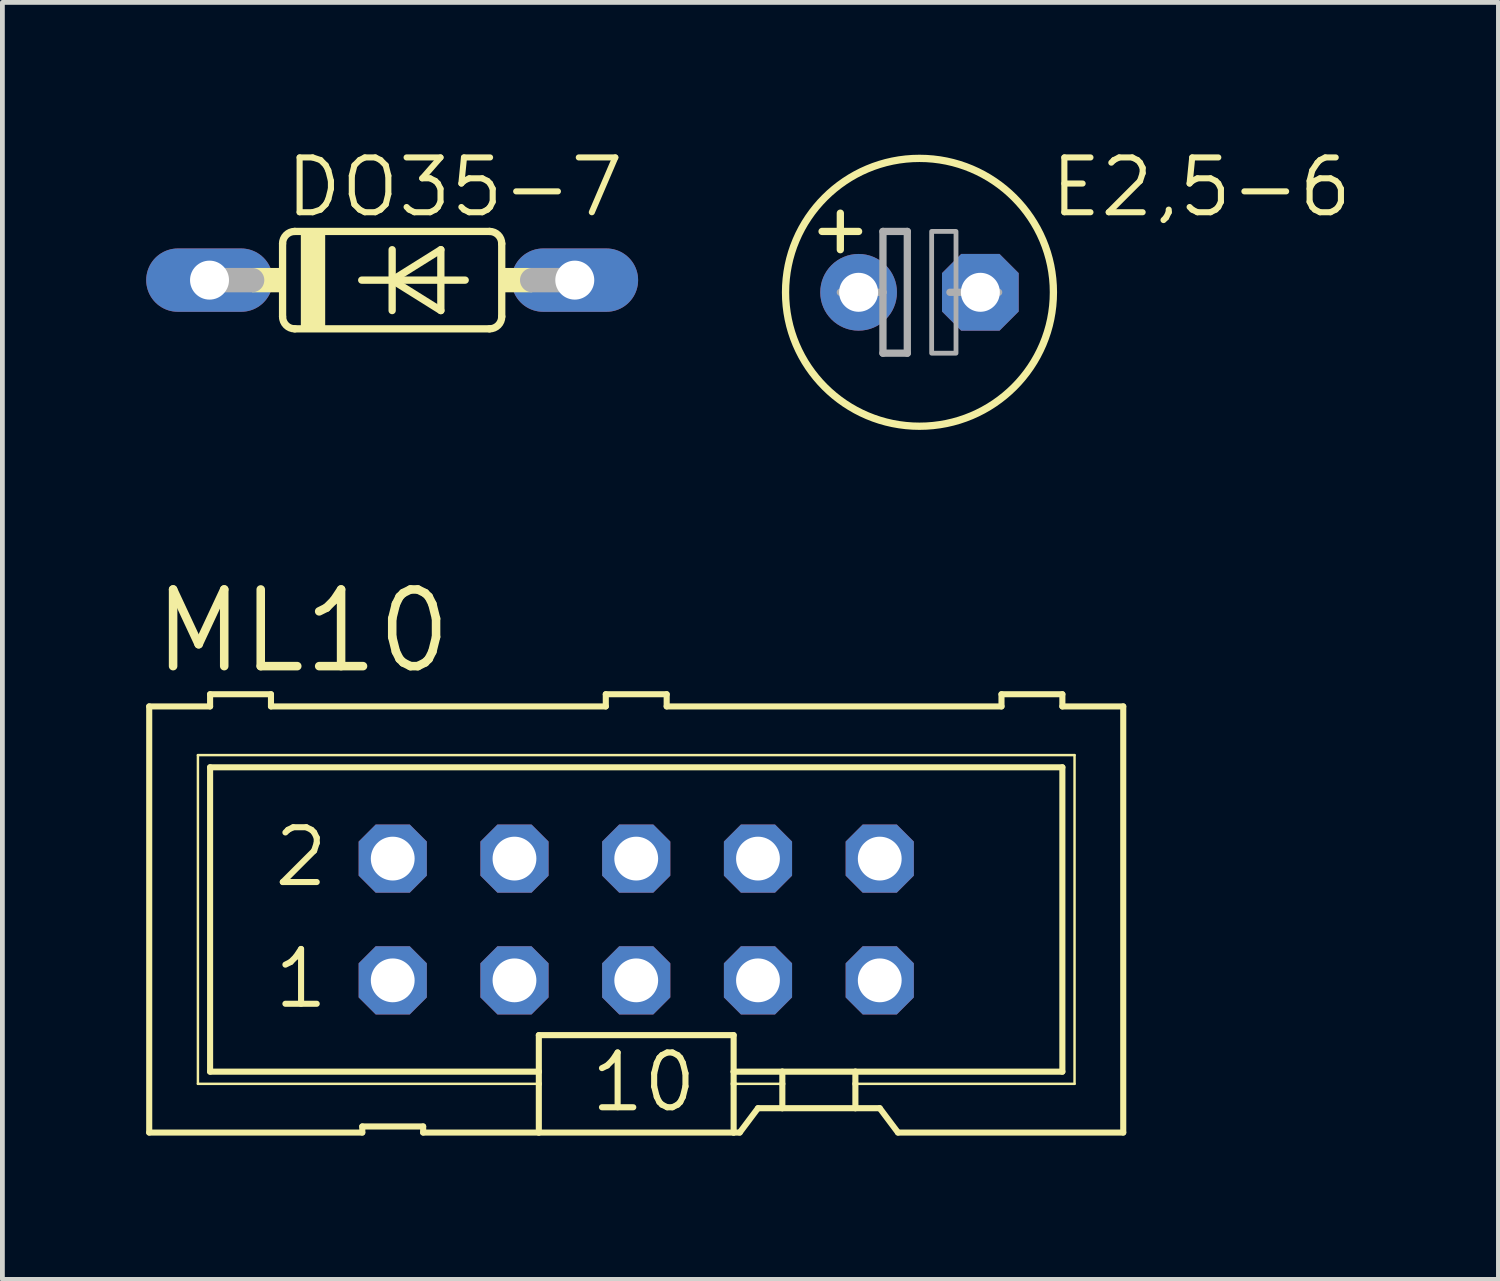
<source format=kicad_pcb>
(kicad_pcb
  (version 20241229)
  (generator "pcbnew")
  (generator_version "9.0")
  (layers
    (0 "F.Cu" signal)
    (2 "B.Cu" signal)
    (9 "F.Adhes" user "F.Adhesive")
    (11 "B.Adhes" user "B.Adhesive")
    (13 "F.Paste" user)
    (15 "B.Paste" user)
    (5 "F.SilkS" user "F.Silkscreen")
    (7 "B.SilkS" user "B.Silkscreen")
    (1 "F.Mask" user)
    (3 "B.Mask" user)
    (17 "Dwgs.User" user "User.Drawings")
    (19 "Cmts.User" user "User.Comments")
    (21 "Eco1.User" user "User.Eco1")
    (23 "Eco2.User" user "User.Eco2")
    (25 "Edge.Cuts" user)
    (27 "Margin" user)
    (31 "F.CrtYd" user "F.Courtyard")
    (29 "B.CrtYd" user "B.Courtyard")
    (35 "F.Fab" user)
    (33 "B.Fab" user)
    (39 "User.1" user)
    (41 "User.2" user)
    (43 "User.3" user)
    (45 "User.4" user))
  (footprint "DO35-7"
    (layer "F.Cu")
    (at 5.131 2.794)
    (property "Reference" "DO35-7" (at -2.286 -1.27 0) (layer "F.SilkS") (effects (font (size 1.143 1.143) (thickness 0.127)) (justify left bottom)))
    (fp_line (start -2.286 -0.762) (end -2.286 0.762) (stroke (width 0.152) (type solid)) (layer "F.SilkS"))
    (fp_line (start -2.032 -1.016) (end 2.032 -1.016) (stroke (width 0.152) (type solid)) (layer "F.SilkS"))
    (fp_line (start -2.032 1.016) (end 2.032 1.016) (stroke (width 0.152) (type solid)) (layer "F.SilkS"))
    (fp_line (start -0.635 0) (end 0 0) (stroke (width 0.152) (type solid)) (layer "F.SilkS"))
    (fp_line (start 0 -0.635) (end 0 0) (stroke (width 0.152) (type solid)) (layer "F.SilkS"))
    (fp_line (start 0 0) (end 0 0.635) (stroke (width 0.152) (type solid)) (layer "F.SilkS"))
    (fp_line (start 0 0) (end 1.016 -0.635) (stroke (width 0.152) (type solid)) (layer "F.SilkS"))
    (fp_line (start 0 0) (end 1.524 0) (stroke (width 0.152) (type solid)) (layer "F.SilkS"))
    (fp_line (start 1.016 -0.635) (end 1.016 0.635) (stroke (width 0.152) (type solid)) (layer "F.SilkS"))
    (fp_line (start 1.016 0.635) (end 0 0) (stroke (width 0.152) (type solid)) (layer "F.SilkS"))
    (fp_line (start 2.286 -0.762) (end 2.286 0.762) (stroke (width 0.152) (type solid)) (layer "F.SilkS"))
    (fp_arc (start -2.286 -0.762) (mid -2.211605 -0.941605) (end -2.032 -1.016) (stroke (width 0.1524) (type solid)) (layer "F.SilkS"))
    (fp_arc (start -2.032 1.016) (mid -2.211605 0.941605) (end -2.286 0.762) (stroke (width 0.1524) (type solid)) (layer "F.SilkS"))
    (fp_arc (start 2.032 -1.016) (mid 2.211605 -0.941605) (end 2.286 -0.762) (stroke (width 0.1524) (type solid)) (layer "F.SilkS"))
    (fp_arc (start 2.286 0.762) (mid 2.211605 0.941605) (end 2.032 1.016) (stroke (width 0.1524) (type solid)) (layer "F.SilkS"))
    (fp_poly (pts (xy -2.921 0.254) (xy -2.286 0.254) (xy -2.286 -0.254) (xy -2.921 -0.254)) (stroke (width 0) (type solid)) (fill yes) (layer "F.SilkS"))
    (fp_poly (pts (xy -1.905 1.016) (xy -1.397 1.016) (xy -1.397 -1.016) (xy -1.905 -1.016)) (stroke (width 0) (type solid)) (fill yes) (layer "F.SilkS"))
    (fp_poly (pts (xy 2.286 0.254) (xy 2.921 0.254) (xy 2.921 -0.254) (xy 2.286 -0.254)) (stroke (width 0) (type solid)) (fill yes) (layer "F.SilkS"))
    (fp_line (start -3.81 0) (end -2.921 0) (stroke (width 0.508) (type solid)) (layer "F.Fab"))
    (fp_line (start 3.81 0) (end 2.921 0) (stroke (width 0.508) (type solid)) (layer "F.Fab"))
    (pad "A" thru_hole oval (at 3.81 0) (size 2.642 1.321) (drill 0.813) (layers "*.Cu" "*.Mask"))
    (pad "C" thru_hole oval (at -3.81 0) (size 2.642 1.321) (drill 0.813) (layers "*.Cu" "*.Mask")))
  (footprint "E2,5-6"
    (layer "F.Cu")
    (at 16.132 3.048)
    (property "Reference" "E2,5-6" (at 2.667 -1.524 0) (layer "F.SilkS") (effects (font (size 1.143 1.143) (thickness 0.127)) (justify left bottom)))
    (fp_line (start -2.032 -1.27) (end -1.651 -1.27) (stroke (width 0.152) (type solid)) (layer "F.SilkS"))
    (fp_line (start -1.651 -1.27) (end -1.651 -1.651) (stroke (width 0.152) (type solid)) (layer "F.SilkS"))
    (fp_line (start -1.651 -1.27) (end -1.27 -1.27) (stroke (width 0.152) (type solid)) (layer "F.SilkS"))
    (fp_line (start -1.651 -0.889) (end -1.651 -1.27) (stroke (width 0.152) (type solid)) (layer "F.SilkS"))
    (fp_circle (center 0 0) (end 2.794 0) (stroke (width 0.152) (type solid)) (fill no) (layer "F.SilkS"))
    (fp_line (start -1.651 0) (end -0.762 0) (stroke (width 0.152) (type solid)) (layer "F.Fab"))
    (fp_line (start -0.762 -1.27) (end -0.762 0) (stroke (width 0.152) (type solid)) (layer "F.Fab"))
    (fp_line (start -0.762 0) (end -0.762 1.27) (stroke (width 0.152) (type solid)) (layer "F.Fab"))
    (fp_line (start -0.762 1.27) (end -0.254 1.27) (stroke (width 0.152) (type solid)) (layer "F.Fab"))
    (fp_line (start -0.254 -1.27) (end -0.762 -1.27) (stroke (width 0.152) (type solid)) (layer "F.Fab"))
    (fp_line (start -0.254 1.27) (end -0.254 -1.27) (stroke (width 0.152) (type solid)) (layer "F.Fab"))
    (fp_line (start 0.635 0) (end 1.651 0) (stroke (width 0.152) (type solid)) (layer "F.Fab"))
    (fp_poly (pts (xy 0.254 1.27) (xy 0.762 1.27) (xy 0.762 -1.27) (xy 0.254 -1.27)) (stroke (width 0.1) (type solid)) (fill no) (layer "F.Fab"))
    (pad "+" thru_hole circle (at -1.27 0) (size 1.6 1.6) (drill 0.813) (layers "*.Cu" "*.Mask"))
    (pad "-" thru_hole roundrect (at 1.27 0) (size 1.6 1.6) (drill 0.813) (layers "*.Cu" "*.Mask") (roundrect_rratio 0.25) (chamfer_ratio 0.25) (chamfer top_left top_right bottom_left bottom_right)))
  (footprint "ML10"
    (layer "F.Cu")
    (at 10.223 16.132)
    (property "Reference" "ML10" (at -10.16 -5.08 0) (layer "F.SilkS") (effects (font (size 1.6 1.6) (thickness 0.178)) (justify left bottom)))
    (fp_line (start -10.16 -4.445) (end -10.16 4.445) (stroke (width 0.127) (type solid)) (layer "F.SilkS"))
    (fp_line (start -10.16 -4.445) (end -8.89 -4.445) (stroke (width 0.127) (type solid)) (layer "F.SilkS"))
    (fp_line (start -9.144 -3.429) (end -9.144 3.429) (stroke (width 0.051) (type solid)) (layer "F.SilkS"))
    (fp_line (start -9.144 3.429) (end -2.032 3.429) (stroke (width 0.051) (type solid)) (layer "F.SilkS"))
    (fp_line (start -8.89 -4.699) (end -8.89 -4.445) (stroke (width 0.127) (type solid)) (layer "F.SilkS"))
    (fp_line (start -8.89 -3.175) (end -8.89 3.175) (stroke (width 0.127) (type solid)) (layer "F.SilkS"))
    (fp_line (start -8.89 -3.175) (end 8.89 -3.175) (stroke (width 0.127) (type solid)) (layer "F.SilkS"))
    (fp_line (start -7.62 -4.699) (end -8.89 -4.699) (stroke (width 0.127) (type solid)) (layer "F.SilkS"))
    (fp_line (start -7.62 -4.699) (end -7.62 -4.445) (stroke (width 0.127) (type solid)) (layer "F.SilkS"))
    (fp_line (start -7.62 -4.445) (end -0.635 -4.445) (stroke (width 0.127) (type solid)) (layer "F.SilkS"))
    (fp_line (start -5.715 4.445) (end -10.16 4.445) (stroke (width 0.127) (type solid)) (layer "F.SilkS"))
    (fp_line (start -5.715 4.445) (end -5.715 4.318) (stroke (width 0.127) (type solid)) (layer "F.SilkS"))
    (fp_line (start -4.445 4.318) (end -5.715 4.318) (stroke (width 0.127) (type solid)) (layer "F.SilkS"))
    (fp_line (start -4.445 4.318) (end -4.445 4.445) (stroke (width 0.127) (type solid)) (layer "F.SilkS"))
    (fp_line (start -2.032 3.175) (end -8.89 3.175) (stroke (width 0.127) (type solid)) (layer "F.SilkS"))
    (fp_line (start -2.032 3.175) (end -2.032 2.413) (stroke (width 0.127) (type solid)) (layer "F.SilkS"))
    (fp_line (start -2.032 3.175) (end -2.032 3.429) (stroke (width 0.127) (type solid)) (layer "F.SilkS"))
    (fp_line (start -2.032 3.429) (end -2.032 4.445) (stroke (width 0.127) (type solid)) (layer "F.SilkS"))
    (fp_line (start -2.032 4.445) (end -4.445 4.445) (stroke (width 0.127) (type solid)) (layer "F.SilkS"))
    (fp_line (start -0.635 -4.699) (end -0.635 -4.445) (stroke (width 0.127) (type solid)) (layer "F.SilkS"))
    (fp_line (start 0.635 -4.699) (end -0.635 -4.699) (stroke (width 0.127) (type solid)) (layer "F.SilkS"))
    (fp_line (start 0.635 -4.699) (end 0.635 -4.445) (stroke (width 0.127) (type solid)) (layer "F.SilkS"))
    (fp_line (start 0.635 -4.445) (end 7.62 -4.445) (stroke (width 0.127) (type solid)) (layer "F.SilkS"))
    (fp_line (start 2.032 2.413) (end -2.032 2.413) (stroke (width 0.127) (type solid)) (layer "F.SilkS"))
    (fp_line (start 2.032 2.413) (end 2.032 3.175) (stroke (width 0.127) (type solid)) (layer "F.SilkS"))
    (fp_line (start 2.032 3.175) (end 2.032 3.429) (stroke (width 0.127) (type solid)) (layer "F.SilkS"))
    (fp_line (start 2.032 3.429) (end 2.032 4.445) (stroke (width 0.127) (type solid)) (layer "F.SilkS"))
    (fp_line (start 2.032 4.445) (end -2.032 4.445) (stroke (width 0.127) (type solid)) (layer "F.SilkS"))
    (fp_line (start 2.159 4.445) (end 2.032 4.445) (stroke (width 0.127) (type solid)) (layer "F.SilkS"))
    (fp_line (start 2.159 4.445) (end 2.54 3.937) (stroke (width 0.127) (type solid)) (layer "F.SilkS"))
    (fp_line (start 3.048 3.175) (end 2.032 3.175) (stroke (width 0.127) (type solid)) (layer "F.SilkS"))
    (fp_line (start 3.048 3.175) (end 3.048 3.429) (stroke (width 0.127) (type solid)) (layer "F.SilkS"))
    (fp_line (start 3.048 3.429) (end 2.032 3.429) (stroke (width 0.051) (type solid)) (layer "F.SilkS"))
    (fp_line (start 3.048 3.429) (end 3.048 3.937) (stroke (width 0.127) (type solid)) (layer "F.SilkS"))
    (fp_line (start 3.048 3.937) (end 2.54 3.937) (stroke (width 0.127) (type solid)) (layer "F.SilkS"))
    (fp_line (start 4.572 3.175) (end 3.048 3.175) (stroke (width 0.127) (type solid)) (layer "F.SilkS"))
    (fp_line (start 4.572 3.175) (end 4.572 3.429) (stroke (width 0.127) (type solid)) (layer "F.SilkS"))
    (fp_line (start 4.572 3.429) (end 4.572 3.937) (stroke (width 0.127) (type solid)) (layer "F.SilkS"))
    (fp_line (start 4.572 3.429) (end 9.144 3.429) (stroke (width 0.051) (type solid)) (layer "F.SilkS"))
    (fp_line (start 4.572 3.937) (end 3.048 3.937) (stroke (width 0.127) (type solid)) (layer "F.SilkS"))
    (fp_line (start 5.08 3.937) (end 4.572 3.937) (stroke (width 0.127) (type solid)) (layer "F.SilkS"))
    (fp_line (start 5.08 3.937) (end 5.461 4.445) (stroke (width 0.127) (type solid)) (layer "F.SilkS"))
    (fp_line (start 7.62 -4.445) (end 7.62 -4.699) (stroke (width 0.127) (type solid)) (layer "F.SilkS"))
    (fp_line (start 8.89 -4.699) (end 7.62 -4.699) (stroke (width 0.127) (type solid)) (layer "F.SilkS"))
    (fp_line (start 8.89 -4.445) (end 8.89 -4.699) (stroke (width 0.127) (type solid)) (layer "F.SilkS"))
    (fp_line (start 8.89 -4.445) (end 10.16 -4.445) (stroke (width 0.127) (type solid)) (layer "F.SilkS"))
    (fp_line (start 8.89 3.175) (end 4.572 3.175) (stroke (width 0.127) (type solid)) (layer "F.SilkS"))
    (fp_line (start 8.89 3.175) (end 8.89 -3.175) (stroke (width 0.127) (type solid)) (layer "F.SilkS"))
    (fp_line (start 9.144 -3.429) (end -9.144 -3.429) (stroke (width 0.051) (type solid)) (layer "F.SilkS"))
    (fp_line (start 9.144 3.429) (end 9.144 -3.429) (stroke (width 0.051) (type solid)) (layer "F.SilkS"))
    (fp_line (start 10.16 4.445) (end 5.461 4.445) (stroke (width 0.127) (type solid)) (layer "F.SilkS"))
    (fp_line (start 10.16 4.445) (end 10.16 -4.445) (stroke (width 0.127) (type solid)) (layer "F.SilkS"))
    (fp_poly (pts (xy -5.334 -1.016) (xy -4.826 -1.016) (xy -4.826 -1.524) (xy -5.334 -1.524)) (stroke (width 0.1) (type solid)) (fill no) (layer "F.Fab"))
    (fp_poly (pts (xy -5.334 1.524) (xy -4.826 1.524) (xy -4.826 1.016) (xy -5.334 1.016)) (stroke (width 0.1) (type solid)) (fill no) (layer "F.Fab"))
    (fp_poly (pts (xy -2.794 -1.016) (xy -2.286 -1.016) (xy -2.286 -1.524) (xy -2.794 -1.524)) (stroke (width 0.1) (type solid)) (fill no) (layer "F.Fab"))
    (fp_poly (pts (xy -2.794 1.524) (xy -2.286 1.524) (xy -2.286 1.016) (xy -2.794 1.016)) (stroke (width 0.1) (type solid)) (fill no) (layer "F.Fab"))
    (fp_poly (pts (xy -0.254 -1.016) (xy 0.254 -1.016) (xy 0.254 -1.524) (xy -0.254 -1.524)) (stroke (width 0.1) (type solid)) (fill no) (layer "F.Fab"))
    (fp_poly (pts (xy -0.254 1.524) (xy 0.254 1.524) (xy 0.254 1.016) (xy -0.254 1.016)) (stroke (width 0.1) (type solid)) (fill no) (layer "F.Fab"))
    (fp_poly (pts (xy 2.286 -1.016) (xy 2.794 -1.016) (xy 2.794 -1.524) (xy 2.286 -1.524)) (stroke (width 0.1) (type solid)) (fill no) (layer "F.Fab"))
    (fp_poly (pts (xy 2.286 1.524) (xy 2.794 1.524) (xy 2.794 1.016) (xy 2.286 1.016)) (stroke (width 0.1) (type solid)) (fill no) (layer "F.Fab"))
    (fp_poly (pts (xy 4.826 -1.016) (xy 5.334 -1.016) (xy 5.334 -1.524) (xy 4.826 -1.524)) (stroke (width 0.1) (type solid)) (fill no) (layer "F.Fab"))
    (fp_poly (pts (xy 4.826 1.524) (xy 5.334 1.524) (xy 5.334 1.016) (xy 4.826 1.016)) (stroke (width 0.1) (type solid)) (fill no) (layer "F.Fab"))
    (fp_text user "2" (at -7.62 -0.635 0) (layer "F.SilkS") (effects (font (size 1.143 1.143) (thickness 0.127)) (justify left bottom)))
    (fp_text user "1" (at -7.62 1.905 0) (layer "F.SilkS") (effects (font (size 1.143 1.143) (thickness 0.127)) (justify left bottom)))
    (fp_text user "10" (at -1.016 4.064 0) (layer "F.SilkS") (effects (font (size 1.143 1.143) (thickness 0.127)) (justify left bottom)))
    (pad "1" thru_hole roundrect (at -5.08 1.27) (size 1.422 1.422) (drill 0.914) (layers "*.Cu" "*.Mask") (roundrect_rratio 0.25) (chamfer_ratio 0.25) (chamfer top_left top_right bottom_left bottom_right))
    (pad "2" thru_hole roundrect (at -5.08 -1.27) (size 1.422 1.422) (drill 0.914) (layers "*.Cu" "*.Mask") (roundrect_rratio 0.25) (chamfer_ratio 0.25) (chamfer top_left top_right bottom_left bottom_right))
    (pad "3" thru_hole roundrect (at -2.54 1.27) (size 1.422 1.422) (drill 0.914) (layers "*.Cu" "*.Mask") (roundrect_rratio 0.25) (chamfer_ratio 0.25) (chamfer top_left top_right bottom_left bottom_right))
    (pad "4" thru_hole roundrect (at -2.54 -1.27) (size 1.422 1.422) (drill 0.914) (layers "*.Cu" "*.Mask") (roundrect_rratio 0.25) (chamfer_ratio 0.25) (chamfer top_left top_right bottom_left bottom_right))
    (pad "5" thru_hole roundrect (at 0 1.27) (size 1.422 1.422) (drill 0.914) (layers "*.Cu" "*.Mask") (roundrect_rratio 0.25) (chamfer_ratio 0.25) (chamfer top_left top_right bottom_left bottom_right))
    (pad "6" thru_hole roundrect (at 0 -1.27) (size 1.422 1.422) (drill 0.914) (layers "*.Cu" "*.Mask") (roundrect_rratio 0.25) (chamfer_ratio 0.25) (chamfer top_left top_right bottom_left bottom_right))
    (pad "7" thru_hole roundrect (at 2.54 1.27) (size 1.422 1.422) (drill 0.914) (layers "*.Cu" "*.Mask") (roundrect_rratio 0.25) (chamfer_ratio 0.25) (chamfer top_left top_right bottom_left bottom_right))
    (pad "8" thru_hole roundrect (at 2.54 -1.27) (size 1.422 1.422) (drill 0.914) (layers "*.Cu" "*.Mask") (roundrect_rratio 0.25) (chamfer_ratio 0.25) (chamfer top_left top_right bottom_left bottom_right))
    (pad "9" thru_hole roundrect (at 5.08 1.27) (size 1.422 1.422) (drill 0.914) (layers "*.Cu" "*.Mask") (roundrect_rratio 0.25) (chamfer_ratio 0.25) (chamfer top_left top_right bottom_left bottom_right))
    (pad "10" thru_hole roundrect (at 5.08 -1.27) (size 1.422 1.422) (drill 0.914) (layers "*.Cu" "*.Mask") (roundrect_rratio 0.25) (chamfer_ratio 0.25) (chamfer top_left top_right bottom_left bottom_right)))
  (gr_rect
    (start -3 -3)
    (end 28.21 23.64)
    (stroke (width 0.1) (type default))
    (fill no)
    (layer "Edge.Cuts")))
</source>
